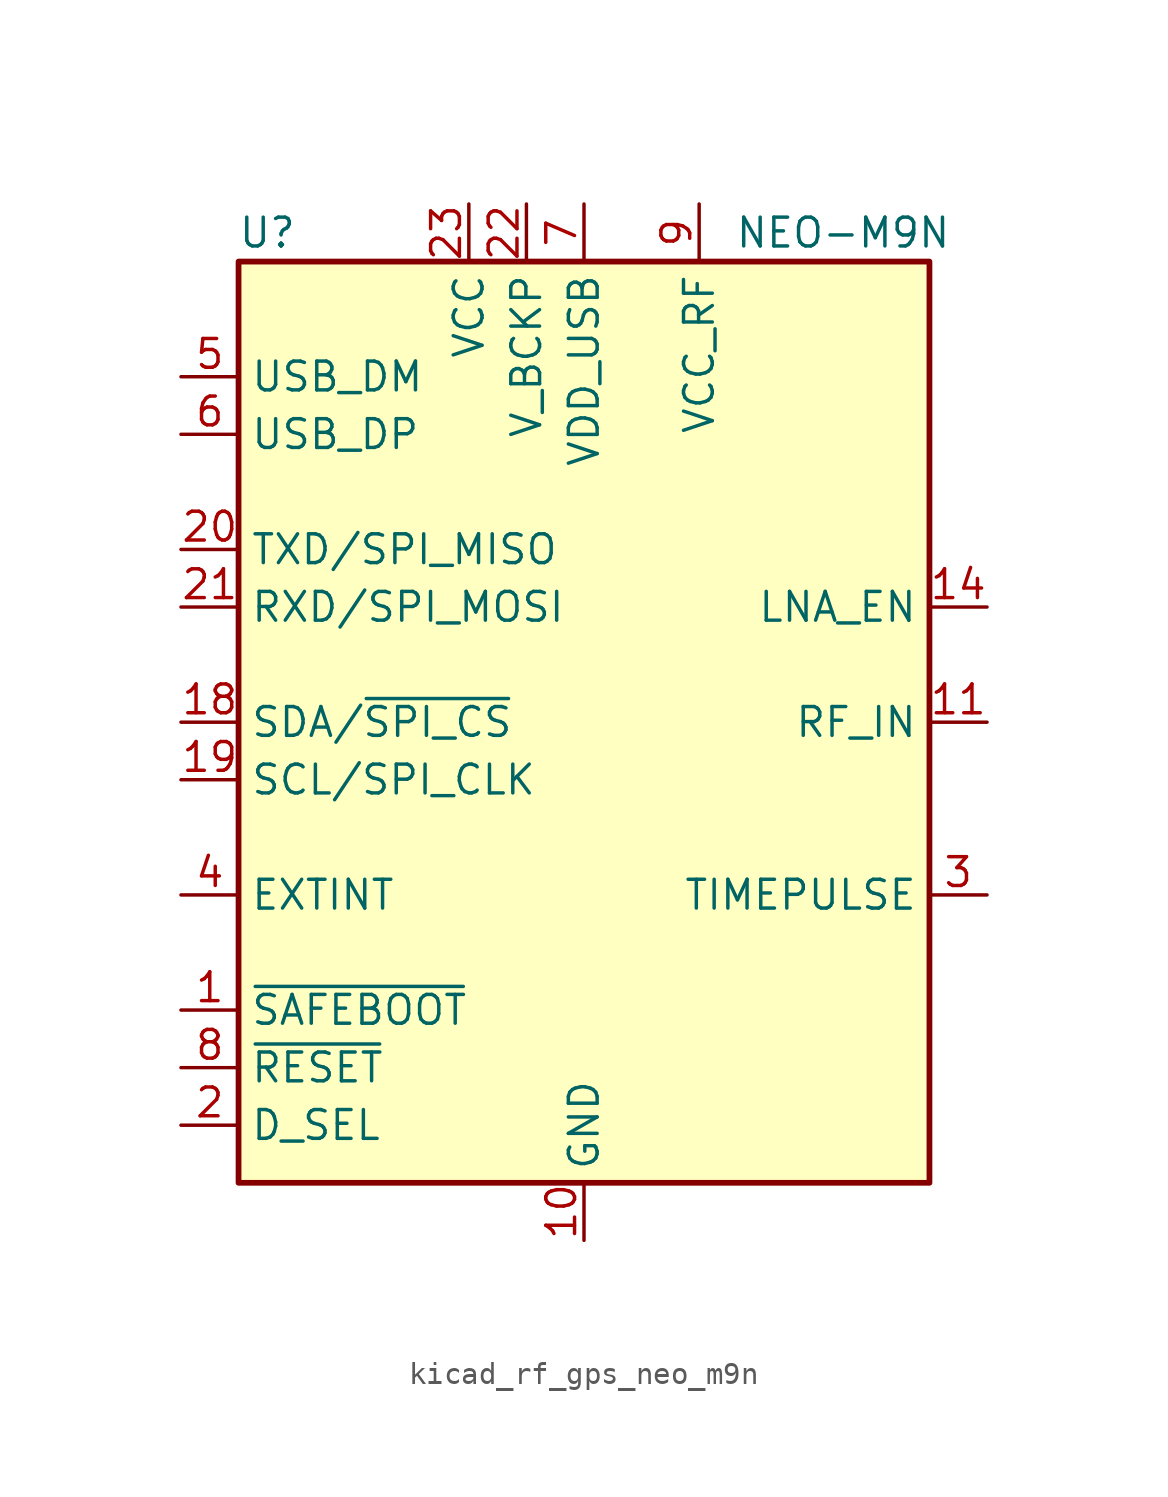
<source format=kicad_sym>
(kicad_symbol_lib
  (version 20220914)
  (generator kicad_symbol_editor)
  (symbol "kicad_rf_gps_neo_m9n"
    (property "Reference" "U"
      (at -13.97 21.59 0)
      (effects (font (size 1.27 1.27))))
    (property "Value" "NEO-M9N"
      (at 11.43 21.59 0)
      (effects (font (size 1.27 1.27))))
    (symbol "kicad_rf_gps_neo_m9n_0_1"
      (rectangle (start -15.24 20.32) (end 15.24 -20.32) (stroke (width 0.254) (type default)) (fill (type background))))
    (symbol "kicad_rf_gps_neo_m9n_1_1"
      (pin input line (at -17.78 -12.7 0) (length 2.54) (name "~{SAFEBOOT}" (effects (font (size 1.27 1.27)))) (number "1" (effects (font (size 1.27 1.27)))))
      (pin power_in line (at 0 -22.86 90) (length 2.54) (name "GND" (effects (font (size 1.27 1.27)))) (number "10" (effects (font (size 1.27 1.27)))))
      (pin input line (at 17.78 0 180) (length 2.54) (name "RF_IN" (effects (font (size 1.27 1.27)))) (number "11" (effects (font (size 1.27 1.27)))))
      (pin passive line (at 0 -22.86 90) (length 2.54) hide (name "GND" (effects (font (size 1.27 1.27)))) (number "12" (effects (font (size 1.27 1.27)))))
      (pin passive line (at 0 -22.86 90) (length 2.54) hide (name "GND" (effects (font (size 1.27 1.27)))) (number "13" (effects (font (size 1.27 1.27)))))
      (pin output line (at 17.78 5.08 180) (length 2.54) (name "LNA_EN" (effects (font (size 1.27 1.27)))) (number "14" (effects (font (size 1.27 1.27)))))
      (pin no_connect line (at 15.24 -10.16 180) (length 2.54) hide (name "RESERVED" (effects (font (size 1.27 1.27)))) (number "15" (effects (font (size 1.27 1.27)))))
      (pin no_connect line (at 15.24 -12.7 180) (length 2.54) hide (name "RESERVED" (effects (font (size 1.27 1.27)))) (number "16" (effects (font (size 1.27 1.27)))))
      (pin no_connect line (at 15.24 -15.24 180) (length 2.54) hide (name "RESERVED" (effects (font (size 1.27 1.27)))) (number "17" (effects (font (size 1.27 1.27)))))
      (pin bidirectional line (at -17.78 0 0) (length 2.54) (name "SDA/~{SPI_CS}" (effects (font (size 1.27 1.27)))) (number "18" (effects (font (size 1.27 1.27)))))
      (pin input line (at -17.78 -2.54 0) (length 2.54) (name "SCL/SPI_CLK" (effects (font (size 1.27 1.27)))) (number "19" (effects (font (size 1.27 1.27)))))
      (pin input line (at -17.78 -17.78 0) (length 2.54) (name "D_SEL" (effects (font (size 1.27 1.27)))) (number "2" (effects (font (size 1.27 1.27)))))
      (pin output line (at -17.78 7.62 0) (length 2.54) (name "TXD/SPI_MISO" (effects (font (size 1.27 1.27)))) (number "20" (effects (font (size 1.27 1.27)))))
      (pin input line (at -17.78 5.08 0) (length 2.54) (name "RXD/SPI_MOSI" (effects (font (size 1.27 1.27)))) (number "21" (effects (font (size 1.27 1.27)))))
      (pin power_in line (at -2.54 22.86 270) (length 2.54) (name "V_BCKP" (effects (font (size 1.27 1.27)))) (number "22" (effects (font (size 1.27 1.27)))))
      (pin power_in line (at -5.08 22.86 270) (length 2.54) (name "VCC" (effects (font (size 1.27 1.27)))) (number "23" (effects (font (size 1.27 1.27)))))
      (pin passive line (at 0 -22.86 90) (length 2.54) hide (name "GND" (effects (font (size 1.27 1.27)))) (number "24" (effects (font (size 1.27 1.27)))))
      (pin output line (at 17.78 -7.62 180) (length 2.54) (name "TIMEPULSE" (effects (font (size 1.27 1.27)))) (number "3" (effects (font (size 1.27 1.27)))))
      (pin input line (at -17.78 -7.62 0) (length 2.54) (name "EXTINT" (effects (font (size 1.27 1.27)))) (number "4" (effects (font (size 1.27 1.27)))))
      (pin bidirectional line (at -17.78 15.24 0) (length 2.54) (name "USB_DM" (effects (font (size 1.27 1.27)))) (number "5" (effects (font (size 1.27 1.27)))))
      (pin bidirectional line (at -17.78 12.7 0) (length 2.54) (name "USB_DP" (effects (font (size 1.27 1.27)))) (number "6" (effects (font (size 1.27 1.27)))))
      (pin power_in line (at 0 22.86 270) (length 2.54) (name "VDD_USB" (effects (font (size 1.27 1.27)))) (number "7" (effects (font (size 1.27 1.27)))))
      (pin input line (at -17.78 -15.24 0) (length 2.54) (name "~{RESET}" (effects (font (size 1.27 1.27)))) (number "8" (effects (font (size 1.27 1.27)))))
      (pin power_out line (at 5.08 22.86 270) (length 2.54) (name "VCC_RF" (effects (font (size 1.27 1.27)))) (number "9" (effects (font (size 1.27 1.27))))))))
</source>
